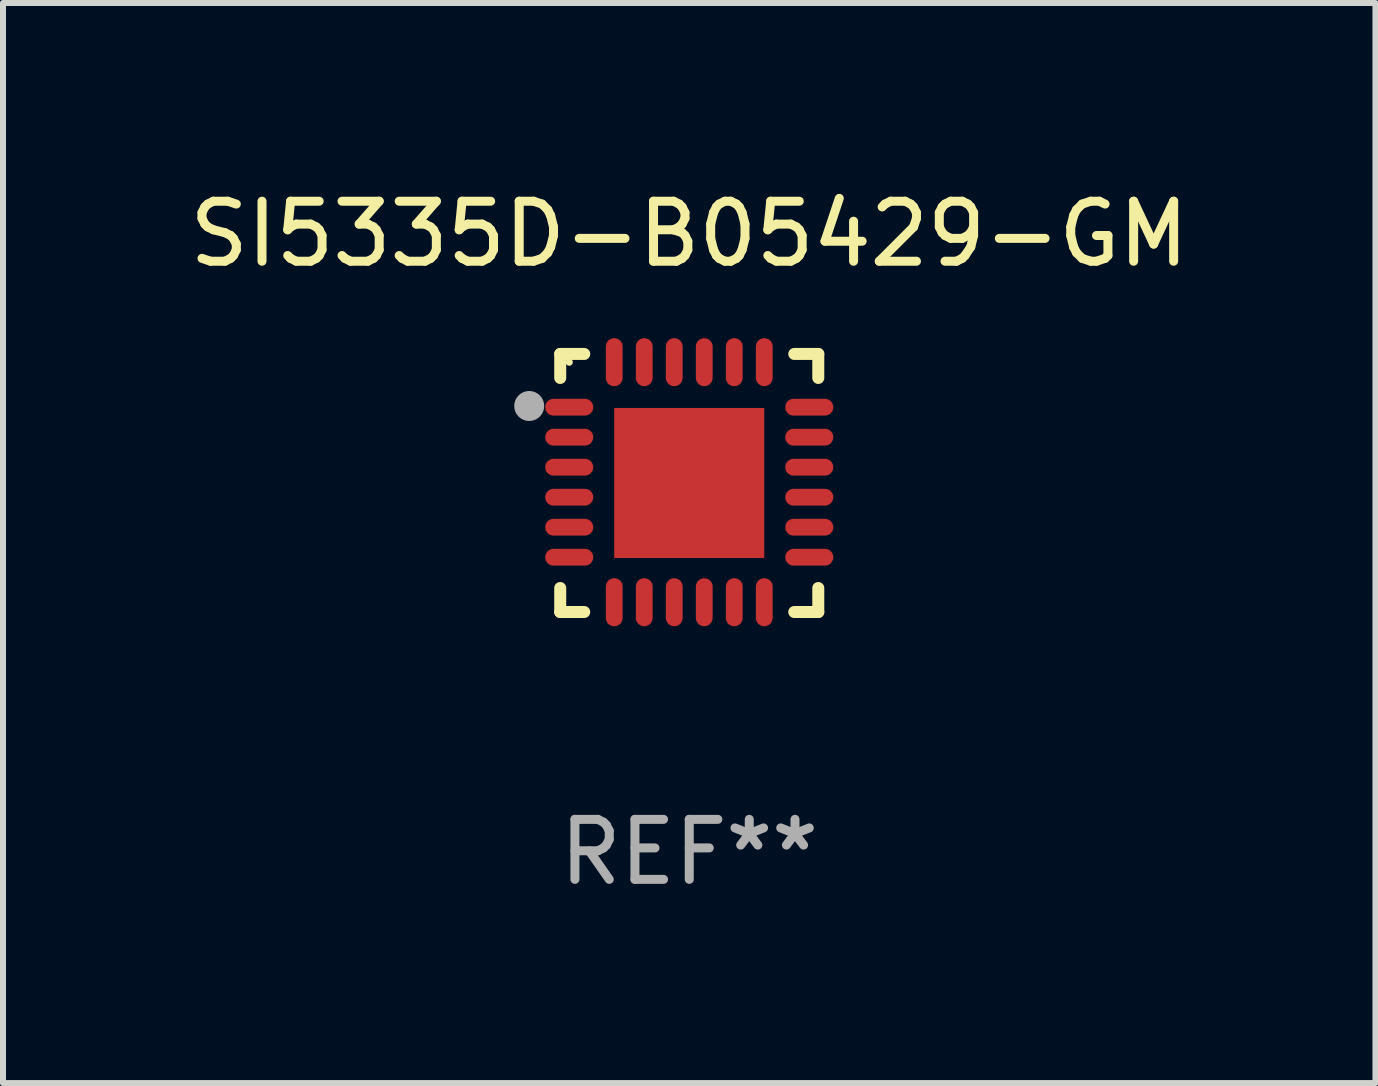
<source format=kicad_pcb>
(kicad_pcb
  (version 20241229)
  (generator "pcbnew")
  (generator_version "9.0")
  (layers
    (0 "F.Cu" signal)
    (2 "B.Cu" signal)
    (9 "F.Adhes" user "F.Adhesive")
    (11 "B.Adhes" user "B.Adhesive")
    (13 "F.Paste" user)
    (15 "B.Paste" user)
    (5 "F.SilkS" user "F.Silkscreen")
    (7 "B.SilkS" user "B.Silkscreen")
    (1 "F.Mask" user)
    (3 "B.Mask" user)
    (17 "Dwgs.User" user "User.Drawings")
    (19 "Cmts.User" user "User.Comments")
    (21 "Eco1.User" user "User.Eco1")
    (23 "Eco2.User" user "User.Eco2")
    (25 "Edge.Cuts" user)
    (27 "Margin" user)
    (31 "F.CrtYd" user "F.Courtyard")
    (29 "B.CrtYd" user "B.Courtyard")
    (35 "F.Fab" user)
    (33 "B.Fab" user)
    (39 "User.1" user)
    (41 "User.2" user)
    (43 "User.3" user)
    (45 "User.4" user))
  (footprint "SI5335D-B05429-GM"
    (layer "F.Cu")
    (at 8.435 4.998)
    (property "Reference" "SI5335D-B05429-GM" (at 0 -4.15 0) (layer "F.SilkS") (effects (font (size 1 1) (thickness 0.15))))
    (attr through_hole)
    (fp_line (start -2.15 -2.15) (end -1.75 -2.15) (stroke (width 0.2) (type solid)) (layer "F.SilkS"))
    (fp_line (start -2.15 -1.75) (end -2.15 -2.15) (stroke (width 0.2) (type solid)) (layer "F.SilkS"))
    (fp_line (start -2.15 2.15) (end -2.15 1.75) (stroke (width 0.2) (type solid)) (layer "F.SilkS"))
    (fp_line (start -1.75 2.15) (end -2.15 2.15) (stroke (width 0.2) (type solid)) (layer "F.SilkS"))
    (fp_line (start 1.75 -2.15) (end 2.15 -2.15) (stroke (width 0.2) (type solid)) (layer "F.SilkS"))
    (fp_line (start 1.75 2.15) (end 2.15 2.15) (stroke (width 0.2) (type solid)) (layer "F.SilkS"))
    (fp_line (start 2.15 -2.15) (end 2.15 -1.75) (stroke (width 0.2) (type solid)) (layer "F.SilkS"))
    (fp_line (start 2.15 2.15) (end 2.15 1.75) (stroke (width 0.2) (type solid)) (layer "F.SilkS"))
    (fp_circle (center -2 -2.013) (end -1.97 -2.013) (stroke (width 0.06) (type solid)) (fill no) (layer "F.SilkS"))
    (fp_circle (center -2.667 -1.283) (end -2.542 -1.283) (stroke (width 0.25) (type solid)) (fill no) (layer "F.Fab"))
    (fp_text user "REF**" (at 0 6.15 0) (layer "F.Fab") (effects (font (size 1 1) (thickness 0.15))))
    (pad "1" smd oval (at -2 -1.263) (size 0.8 0.28) (layers "F.Cu" "F.Mask" "F.Paste"))
    (pad "2" smd oval (at -2 -0.763) (size 0.8 0.28) (layers "F.Cu" "F.Mask" "F.Paste"))
    (pad "3" smd oval (at -2 -0.263) (size 0.8 0.28) (layers "F.Cu" "F.Mask" "F.Paste"))
    (pad "4" smd oval (at -2 0.237) (size 0.8 0.28) (layers "F.Cu" "F.Mask" "F.Paste"))
    (pad "5" smd oval (at -2 0.737) (size 0.8 0.28) (layers "F.Cu" "F.Mask" "F.Paste"))
    (pad "6" smd oval (at -2 1.237) (size 0.8 0.28) (layers "F.Cu" "F.Mask" "F.Paste"))
    (pad "7" smd oval (at -1.25 1.987) (size 0.28 0.8) (layers "F.Cu" "F.Mask" "F.Paste"))
    (pad "8" smd oval (at -0.75 1.987) (size 0.28 0.8) (layers "F.Cu" "F.Mask" "F.Paste"))
    (pad "9" smd oval (at -0.25 1.987) (size 0.28 0.8) (layers "F.Cu" "F.Mask" "F.Paste"))
    (pad "10" smd oval (at 0.25 1.987) (size 0.28 0.8) (layers "F.Cu" "F.Mask" "F.Paste"))
    (pad "11" smd oval (at 0.75 1.987) (size 0.28 0.8) (layers "F.Cu" "F.Mask" "F.Paste"))
    (pad "12" smd oval (at 1.25 1.987) (size 0.28 0.8) (layers "F.Cu" "F.Mask" "F.Paste"))
    (pad "13" smd oval (at 2 1.237) (size 0.8 0.28) (layers "F.Cu" "F.Mask" "F.Paste"))
    (pad "14" smd oval (at 2 0.737) (size 0.8 0.28) (layers "F.Cu" "F.Mask" "F.Paste"))
    (pad "15" smd oval (at 2 0.237) (size 0.8 0.28) (layers "F.Cu" "F.Mask" "F.Paste"))
    (pad "16" smd oval (at 2 -0.263) (size 0.8 0.28) (layers "F.Cu" "F.Mask" "F.Paste"))
    (pad "17" smd oval (at 2 -0.763) (size 0.8 0.28) (layers "F.Cu" "F.Mask" "F.Paste"))
    (pad "18" smd oval (at 2 -1.263) (size 0.8 0.28) (layers "F.Cu" "F.Mask" "F.Paste"))
    (pad "19" smd oval (at 1.25 -2.013) (size 0.28 0.8) (layers "F.Cu" "F.Mask" "F.Paste"))
    (pad "20" smd oval (at 0.75 -2.013) (size 0.28 0.8) (layers "F.Cu" "F.Mask" "F.Paste"))
    (pad "21" smd oval (at 0.25 -2.013) (size 0.28 0.8) (layers "F.Cu" "F.Mask" "F.Paste"))
    (pad "22" smd oval (at -0.25 -2.013) (size 0.28 0.8) (layers "F.Cu" "F.Mask" "F.Paste"))
    (pad "23" smd oval (at -0.75 -2.013) (size 0.28 0.8) (layers "F.Cu" "F.Mask" "F.Paste"))
    (pad "24" smd oval (at -1.25 -2.013) (size 0.28 0.8) (layers "F.Cu" "F.Mask" "F.Paste"))
    (pad "25" smd rect (at -0.000127 -0.00014) (size 2.5 2.5) (layers "F.Cu" "F.Mask" "F.Paste")))
  (gr_rect
    (start -3 -3)
    (end 19.869 14.997)
    (stroke (width 0.1) (type default))
    (fill no)
    (layer "Edge.Cuts")))
</source>
